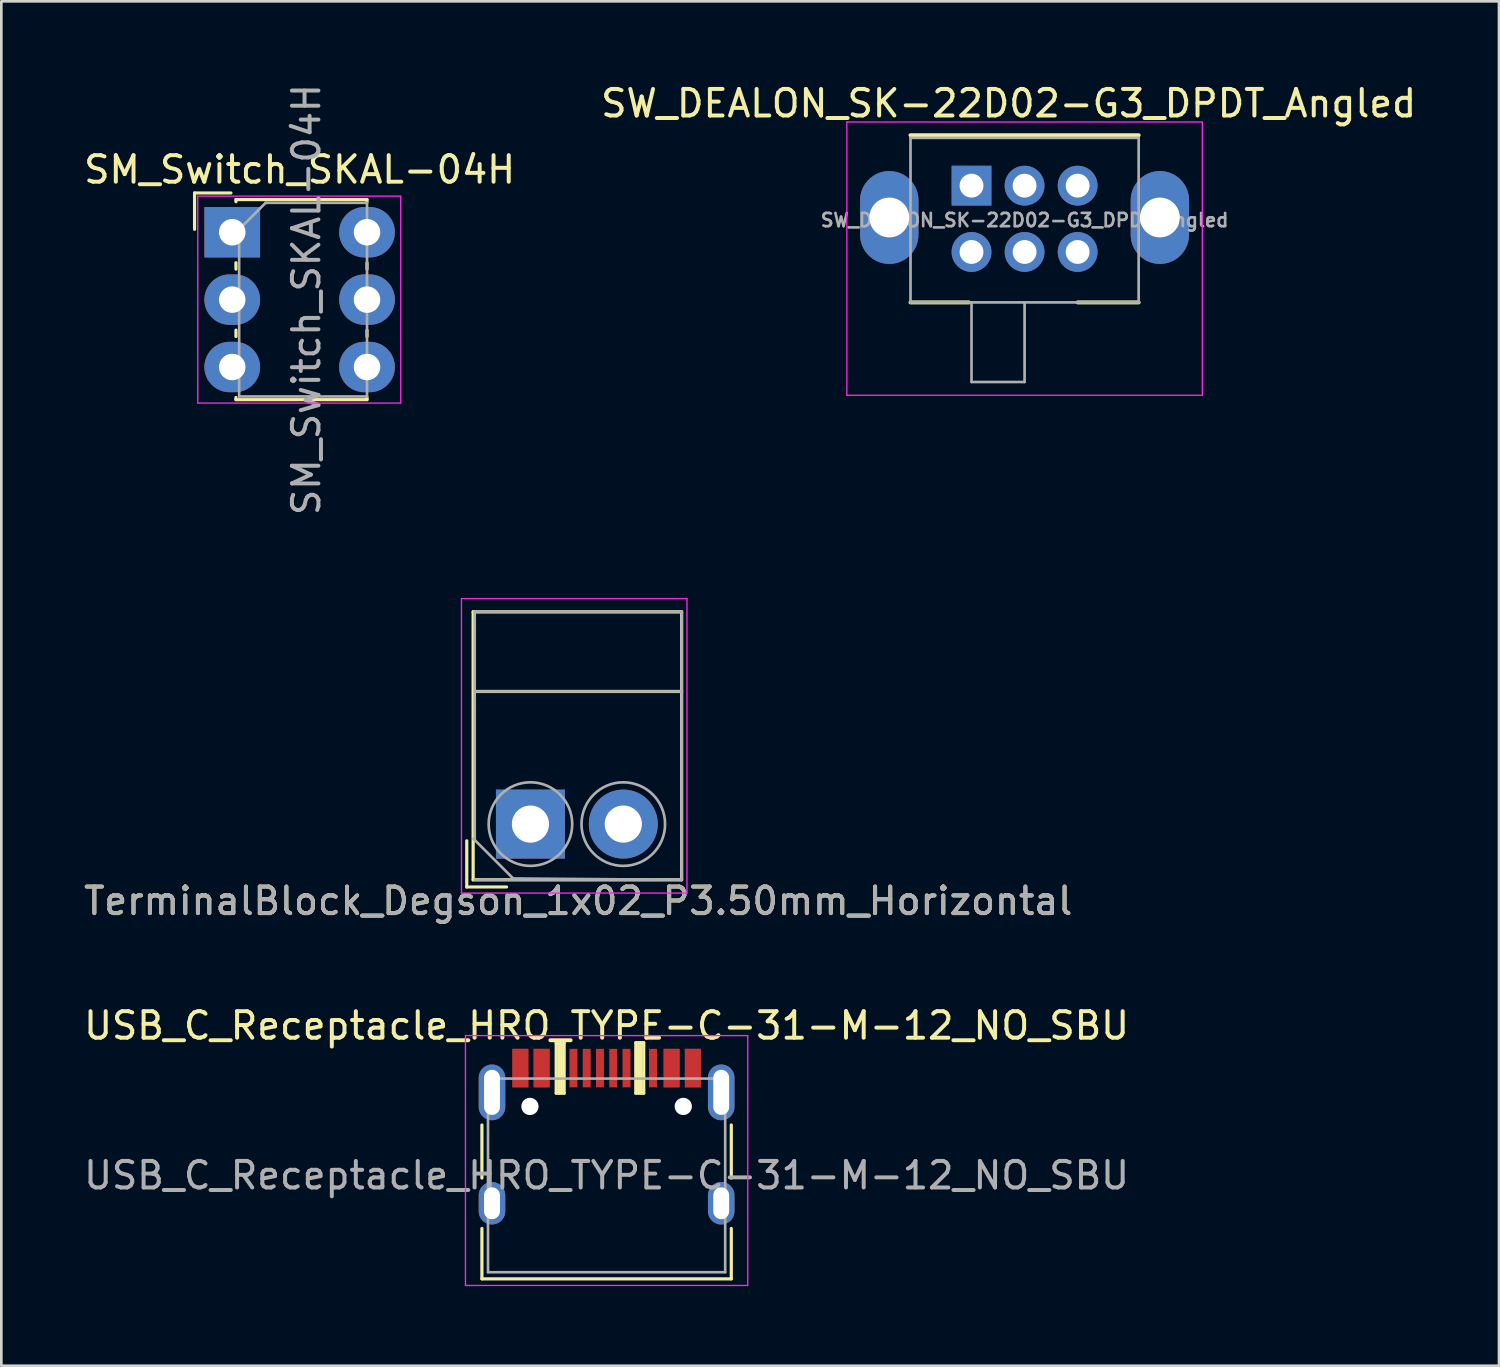
<source format=kicad_pcb>
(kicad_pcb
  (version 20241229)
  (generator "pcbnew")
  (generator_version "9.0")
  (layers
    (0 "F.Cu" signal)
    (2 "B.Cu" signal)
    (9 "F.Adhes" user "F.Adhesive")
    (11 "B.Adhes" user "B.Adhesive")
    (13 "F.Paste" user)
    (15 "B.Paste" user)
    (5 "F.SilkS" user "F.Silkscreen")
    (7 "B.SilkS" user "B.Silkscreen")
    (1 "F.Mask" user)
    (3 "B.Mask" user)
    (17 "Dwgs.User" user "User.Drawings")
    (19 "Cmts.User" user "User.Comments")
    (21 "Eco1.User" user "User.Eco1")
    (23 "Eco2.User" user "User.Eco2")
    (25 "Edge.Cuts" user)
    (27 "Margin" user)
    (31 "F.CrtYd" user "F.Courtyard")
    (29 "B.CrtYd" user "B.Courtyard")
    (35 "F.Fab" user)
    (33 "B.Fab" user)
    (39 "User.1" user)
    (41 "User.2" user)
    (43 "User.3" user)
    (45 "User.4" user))
  (footprint "SW_DEALON_SK-22D02-G3_DPDT_Angled"
    (layer "F.Cu")
    (at 33.57 3.948)
    (property "Reference" "SW_DEALON_SK-22D02-G3_DPDT_Angled" (at 1.4 -3.1 0) (layer "F.SilkS") (effects (font (size 1 1) (thickness 0.15))))
    (attr through_hole)
    (fp_line (start -2.3 -1.9) (end 6.3 -1.9) (stroke (width 0.15) (type solid)) (layer "F.SilkS"))
    (fp_line (start -2.3 4.4) (end -0.1 4.4) (stroke (width 0.15) (type solid)) (layer "F.SilkS"))
    (fp_line (start 4 4.4) (end 6.3 4.4) (stroke (width 0.15) (type solid)) (layer "F.SilkS"))
    (fp_line (start -4.7 -2.4) (end 8.7 -2.4) (stroke (width 0.05) (type solid)) (layer "F.CrtYd"))
    (fp_line (start -4.7 7.9) (end -4.7 -2.4) (stroke (width 0.05) (type solid)) (layer "F.CrtYd"))
    (fp_line (start 8.7 -2.4) (end 8.7 7.9) (stroke (width 0.05) (type solid)) (layer "F.CrtYd"))
    (fp_line (start 8.7 7.9) (end -4.7 7.9) (stroke (width 0.05) (type solid)) (layer "F.CrtYd"))
    (fp_line (start -2.3 -1.8) (end -2.3 4.4) (stroke (width 0.1) (type solid)) (layer "F.Fab"))
    (fp_line (start -2.3 -1.8) (end 6.3 -1.8) (stroke (width 0.1) (type solid)) (layer "F.Fab"))
    (fp_line (start -2.3 4.4) (end 6.3 4.4) (stroke (width 0.1) (type solid)) (layer "F.Fab"))
    (fp_line (start 0 7.4) (end 0 4.4) (stroke (width 0.1) (type solid)) (layer "F.Fab"))
    (fp_line (start 2 4.4) (end 2 7.4) (stroke (width 0.1) (type solid)) (layer "F.Fab"))
    (fp_line (start 2 7.4) (end 0 7.4) (stroke (width 0.1) (type solid)) (layer "F.Fab"))
    (fp_line (start 6.3 4.4) (end 6.3 -1.8) (stroke (width 0.1) (type solid)) (layer "F.Fab"))
    (fp_text user "${REFERENCE}" (at 2 1.3 0) (layer "F.Fab") (effects (font (size 0.5 0.5) (thickness 0.1))))
    (pad "" thru_hole oval (at -3.1 1.2) (size 2.2 3.5) (drill 1.5) (layers "*.Cu" "*.Mask"))
    (pad "" thru_hole oval (at 7.1 1.2) (size 2.2 3.5) (drill 1.5) (layers "*.Cu" "*.Mask"))
    (pad "1" thru_hole rect (at 0 0) (size 1.5 1.5) (drill 0.9) (layers "*.Cu" "*.Mask"))
    (pad "2" thru_hole circle (at 2 0) (size 1.5 1.5) (drill 0.9) (layers "*.Cu" "*.Mask"))
    (pad "3" thru_hole circle (at 4 0) (size 1.5 1.5) (drill 0.9) (layers "*.Cu" "*.Mask"))
    (pad "4" thru_hole circle (at 0 2.5) (size 1.5 1.5) (drill 0.9) (layers "*.Cu" "*.Mask"))
    (pad "5" thru_hole circle (at 2 2.5) (size 1.5 1.5) (drill 0.9) (layers "*.Cu" "*.Mask"))
    (pad "6" thru_hole circle (at 4 2.5) (size 1.5 1.5) (drill 0.9) (layers "*.Cu" "*.Mask")))
  (footprint "TerminalBlock_Degson_1x02_P3.50mm_Horizontal"
    (layer "F.Cu")
    (at 16.944 28.013)
    (property "Reference" "TerminalBlock_Degson_1x02_P3.50mm_Horizontal" (at 1.8 2.9 0) (layer "F.SilkS") (effects (font (size 1 1) (thickness 0.15))))
    (attr through_hole)
    (fp_line (start -2.4 0.63) (end -2.4 2.37) (stroke (width 0.12) (type solid)) (layer "F.SilkS"))
    (fp_line (start -2.4 2.37) (end -0.9 2.37) (stroke (width 0.12) (type solid)) (layer "F.SilkS"))
    (fp_line (start -2.16 -8) (end -2.16 2.1) (stroke (width 0.12) (type solid)) (layer "F.SilkS"))
    (fp_line (start -2.16 -8) (end 5.7 -8) (stroke (width 0.12) (type solid)) (layer "F.SilkS"))
    (fp_line (start -2.16 2.1) (end 5.7 2.1) (stroke (width 0.12) (type solid)) (layer "F.SilkS"))
    (fp_line (start -2.1 -5) (end 5.7 -5) (stroke (width 0.12) (type solid)) (layer "F.SilkS"))
    (fp_line (start 5.7 -8) (end 5.7 2.1) (stroke (width 0.12) (type solid)) (layer "F.SilkS"))
    (fp_line (start -2.6 -8.5) (end -2.6 2.6) (stroke (width 0.05) (type solid)) (layer "F.CrtYd"))
    (fp_line (start -2.6 2.6) (end 5.9 2.6) (stroke (width 0.05) (type solid)) (layer "F.CrtYd"))
    (fp_line (start 5.9 -8.5) (end -2.6 -8.5) (stroke (width 0.05) (type solid)) (layer "F.CrtYd"))
    (fp_line (start 5.9 2.6) (end 5.9 -8.5) (stroke (width 0.05) (type solid)) (layer "F.CrtYd"))
    (fp_line (start -2.1 -8) (end 5.7 -8) (stroke (width 0.1) (type solid)) (layer "F.Fab"))
    (fp_line (start -2.1 -5) (end 5.7 -5) (stroke (width 0.1) (type solid)) (layer "F.Fab"))
    (fp_line (start -2.1 0.6) (end -2.1 -8) (stroke (width 0.1) (type solid)) (layer "F.Fab"))
    (fp_line (start -2.1 2.1) (end 5.7 2.1) (stroke (width 0.1) (type solid)) (layer "F.Fab"))
    (fp_line (start -0.65 2.05) (end -2.15 0.55) (stroke (width 0.1) (type solid)) (layer "F.Fab"))
    (fp_line (start 5.7 -8) (end 5.7 2.1) (stroke (width 0.1) (type solid)) (layer "F.Fab"))
    (fp_line (start 5.7 2.1) (end -0.65 2.05) (stroke (width 0.1) (type solid)) (layer "F.Fab"))
    (fp_circle (center 0 0) (end 1.575 0) (stroke (width 0.1) (type solid)) (fill no) (layer "F.Fab"))
    (fp_circle (center 3.5 0) (end 5.075 0) (stroke (width 0.1) (type solid)) (fill no) (layer "F.Fab"))
    (fp_text user "${REFERENCE}" (at 1.8 2.9 0) (layer "F.Fab") (effects (font (size 1 1) (thickness 0.15))))
    (pad "1" thru_hole rect (at 0 0) (size 2.6 2.6) (drill 1.4) (layers "*.Cu" "*.Mask"))
    (pad "2" thru_hole circle (at 3.5 0) (size 2.6 2.6) (drill 1.4) (layers "*.Cu" "*.Mask")))
  (footprint "USB_C_Receptacle_HRO_TYPE-C-31-M-12_NO_SBU"
    (layer "F.Cu")
    (at 19.815 41.255)
    (property "Reference" "USB_C_Receptacle_HRO_TYPE-C-31-M-12_NO_SBU" (at 0 -5.645 0) (layer "F.SilkS") (effects (font (size 1 1) (thickness 0.15))))
    (attr smd)
    (fp_line (start -4.7 -1.9) (end -4.7 0.1) (stroke (width 0.12) (type solid)) (layer "F.SilkS"))
    (fp_line (start -4.7 2) (end -4.7 3.9) (stroke (width 0.12) (type solid)) (layer "F.SilkS"))
    (fp_line (start -4.7 3.9) (end 4.7 3.9) (stroke (width 0.12) (type solid)) (layer "F.SilkS"))
    (fp_line (start -1.9 -5) (end -1.9 -3.1) (stroke (width 0.12) (type solid)) (layer "F.SilkS"))
    (fp_line (start -1.9 -5) (end -1.6 -5) (stroke (width 0.12) (type solid)) (layer "F.SilkS"))
    (fp_line (start -1.9 -3.1) (end -1.6 -3.1) (stroke (width 0.12) (type solid)) (layer "F.SilkS"))
    (fp_line (start -1.8 -5) (end -1.8 -3.1) (stroke (width 0.12) (type solid)) (layer "F.SilkS"))
    (fp_line (start -1.7 -5) (end -1.7 -3.1) (stroke (width 0.12) (type solid)) (layer "F.SilkS"))
    (fp_line (start -1.6 -5) (end -1.6 -3.1) (stroke (width 0.12) (type solid)) (layer "F.SilkS"))
    (fp_line (start 1.1 -5) (end 1.1 -3.1) (stroke (width 0.12) (type solid)) (layer "F.SilkS"))
    (fp_line (start 1.1 -5) (end 1.4 -5) (stroke (width 0.12) (type solid)) (layer "F.SilkS"))
    (fp_line (start 1.1 -3.1) (end 1.4 -3.1) (stroke (width 0.12) (type solid)) (layer "F.SilkS"))
    (fp_line (start 1.2 -5) (end 1.2 -3.1) (stroke (width 0.12) (type solid)) (layer "F.SilkS"))
    (fp_line (start 1.3 -5) (end 1.3 -3.1) (stroke (width 0.12) (type solid)) (layer "F.SilkS"))
    (fp_line (start 1.4 -5) (end 1.4 -3.1) (stroke (width 0.12) (type solid)) (layer "F.SilkS"))
    (fp_line (start 4.7 -1.9) (end 4.7 0.1) (stroke (width 0.12) (type solid)) (layer "F.SilkS"))
    (fp_line (start 4.7 2) (end 4.7 3.9) (stroke (width 0.12) (type solid)) (layer "F.SilkS"))
    (fp_line (start -5.32 -5.27) (end -5.32 4.15) (stroke (width 0.05) (type solid)) (layer "F.CrtYd"))
    (fp_line (start -5.32 -5.27) (end 5.32 -5.27) (stroke (width 0.05) (type solid)) (layer "F.CrtYd"))
    (fp_line (start -5.32 4.15) (end 5.32 4.15) (stroke (width 0.05) (type solid)) (layer "F.CrtYd"))
    (fp_line (start 5.32 -5.27) (end 5.32 4.15) (stroke (width 0.05) (type solid)) (layer "F.CrtYd"))
    (fp_line (start -4.47 -3.65) (end -4.47 3.65) (stroke (width 0.1) (type solid)) (layer "F.Fab"))
    (fp_line (start -4.47 -3.65) (end 4.47 -3.65) (stroke (width 0.1) (type solid)) (layer "F.Fab"))
    (fp_line (start -4.47 3.65) (end 4.47 3.65) (stroke (width 0.1) (type solid)) (layer "F.Fab"))
    (fp_line (start 4.47 -3.65) (end 4.47 3.65) (stroke (width 0.1) (type solid)) (layer "F.Fab"))
    (fp_text user "${REFERENCE}" (at 0 0 0) (layer "F.Fab") (effects (font (size 1 1) (thickness 0.15))))
    (pad "" np_thru_hole circle (at -2.89 -2.6) (size 0.65 0.65) (drill 0.65) (layers "*.Cu" "*.Mask"))
    (pad "" np_thru_hole circle (at 2.89 -2.6) (size 0.65 0.65) (drill 0.65) (layers "*.Cu" "*.Mask"))
    (pad "A1" smd rect (at -3.25 -4.045) (size 0.6 1.45) (layers "F.Cu" "F.Mask" "F.Paste"))
    (pad "A4" smd rect (at -2.45 -4.045) (size 0.6 1.45) (layers "F.Cu" "F.Mask" "F.Paste"))
    (pad "A5" smd rect (at -1.25 -4.045) (size 0.3 1.45) (layers "F.Cu" "F.Mask" "F.Paste"))
    (pad "A6" smd rect (at -0.25 -4.045) (size 0.3 1.45) (layers "F.Cu" "F.Mask" "F.Paste"))
    (pad "A7" smd rect (at 0.25 -4.045) (size 0.3 1.45) (layers "F.Cu" "F.Mask" "F.Paste"))
    (pad "A9" smd rect (at 2.45 -4.045) (size 0.6 1.45) (layers "F.Cu" "F.Mask" "F.Paste"))
    (pad "A12" smd rect (at 3.25 -4.045) (size 0.6 1.45) (layers "F.Cu" "F.Mask" "F.Paste"))
    (pad "B1" smd rect (at 3.25 -4.045) (size 0.6 1.45) (layers "F.Cu" "F.Mask" "F.Paste"))
    (pad "B4" smd rect (at 2.45 -4.045) (size 0.6 1.45) (layers "F.Cu" "F.Mask" "F.Paste"))
    (pad "B5" smd rect (at 1.75 -4.045) (size 0.3 1.45) (layers "F.Cu" "F.Mask" "F.Paste"))
    (pad "B6" smd rect (at 0.75 -4.045) (size 0.3 1.45) (layers "F.Cu" "F.Mask" "F.Paste"))
    (pad "B7" smd rect (at -0.75 -4.045) (size 0.3 1.45) (layers "F.Cu" "F.Mask" "F.Paste"))
    (pad "B9" smd rect (at -2.45 -4.045) (size 0.6 1.45) (layers "F.Cu" "F.Mask" "F.Paste"))
    (pad "B12" smd rect (at -3.25 -4.045) (size 0.6 1.45) (layers "F.Cu" "F.Mask" "F.Paste"))
    (pad "S1" thru_hole oval (at -4.32 -3.13) (size 1 2.1) (drill oval 0.6 1.7) (layers "*.Cu" "*.Mask"))
    (pad "S1" thru_hole oval (at -4.32 1.05) (size 1 1.6) (drill oval 0.6 1.2) (layers "*.Cu" "*.Mask"))
    (pad "S1" thru_hole oval (at 4.32 -3.13) (size 1 2.1) (drill oval 0.6 1.7) (layers "*.Cu" "*.Mask"))
    (pad "S1" thru_hole oval (at 4.32 1.05) (size 1 1.6) (drill oval 0.6 1.2) (layers "*.Cu" "*.Mask")))
  (footprint "SM_Switch_SKAL-04H"
    (layer "F.Cu")
    (at 5.704 5.704)
    (property "Reference" "SM_Switch_SKAL-04H" (at 2.54 -2.36 0) (layer "F.SilkS") (effects (font (size 1 1) (thickness 0.15))))
    (attr through_hole)
    (fp_line (start -1.42 -1.48) (end -0.05 -1.48) (stroke (width 0.12) (type solid)) (layer "F.SilkS"))
    (fp_line (start -1.42 -0.11) (end -1.42 -1.48) (stroke (width 0.12) (type solid)) (layer "F.SilkS"))
    (fp_line (start 0.14 -1.23) (end 5.08 -1.23) (stroke (width 0.12) (type solid)) (layer "F.SilkS"))
    (fp_line (start 0.14 -1.15) (end 0.14 -1.23) (stroke (width 0.12) (type solid)) (layer "F.SilkS"))
    (fp_line (start 0.14 1.15) (end 0.14 1.39) (stroke (width 0.12) (type solid)) (layer "F.SilkS"))
    (fp_line (start 0.14 3.69) (end 0.14 3.93) (stroke (width 0.12) (type solid)) (layer "F.SilkS"))
    (fp_line (start 0.14 6.23) (end 0.14 6.31) (stroke (width 0.12) (type solid)) (layer "F.SilkS"))
    (fp_line (start 0.14 6.31) (end 5.08 6.31) (stroke (width 0.12) (type solid)) (layer "F.SilkS"))
    (fp_line (start 5.08 -1.23) (end 5.08 -1.15) (stroke (width 0.12) (type solid)) (layer "F.SilkS"))
    (fp_line (start 5.08 1.15) (end 5.08 1.39) (stroke (width 0.12) (type solid)) (layer "F.SilkS"))
    (fp_line (start 5.08 3.69) (end 5.08 3.93) (stroke (width 0.12) (type solid)) (layer "F.SilkS"))
    (fp_line (start 5.08 6.31) (end 5.08 6.23) (stroke (width 0.12) (type solid)) (layer "F.SilkS"))
    (fp_line (start -1.3 -1.36) (end -1.3 6.44) (stroke (width 0.05) (type solid)) (layer "F.CrtYd"))
    (fp_line (start -1.3 6.44) (end 6.35 6.44) (stroke (width 0.05) (type solid)) (layer "F.CrtYd"))
    (fp_line (start 6.35 -1.36) (end -1.3 -1.36) (stroke (width 0.05) (type solid)) (layer "F.CrtYd"))
    (fp_line (start 6.35 6.44) (end 6.35 -1.36) (stroke (width 0.05) (type solid)) (layer "F.CrtYd"))
    (fp_line (start 0.26 -0.11) (end 1.26 -1.11) (stroke (width 0.1) (type solid)) (layer "F.Fab"))
    (fp_line (start 0.26 6.19) (end 0.26 -0.11) (stroke (width 0.1) (type solid)) (layer "F.Fab"))
    (fp_line (start 1.26 -1.11) (end 5.08 -1.11) (stroke (width 0.1) (type solid)) (layer "F.Fab"))
    (fp_line (start 5.08 -1.11) (end 5.08 6.19) (stroke (width 0.1) (type solid)) (layer "F.Fab"))
    (fp_line (start 5.08 6.19) (end 0.26 6.19) (stroke (width 0.1) (type solid)) (layer "F.Fab"))
    (fp_text user "${REFERENCE}" (at 2.794 2.54 90) (layer "F.Fab") (effects (font (size 1 1) (thickness 0.15))))
    (pad "1" thru_hole oval (at 0 2.54) (size 2.1 1.9) (drill 1) (layers "*.Cu" "*.Mask"))
    (pad "1" thru_hole oval (at 5.08 2.54) (size 2.1 1.9) (drill 1) (layers "*.Cu" "*.Mask"))
    (pad "2" thru_hole oval (at 0 5.08) (size 2.1 1.9) (drill 1) (layers "*.Cu" "*.Mask"))
    (pad "3" thru_hole rect (at 0 0) (size 2.1 1.9) (drill 1) (layers "*.Cu" "*.Mask"))
    (pad "4" thru_hole oval (at 5.08 0) (size 2.1 1.9) (drill 1) (layers "*.Cu" "*.Mask"))
    (pad "5" thru_hole oval (at 5.08 5.08) (size 2.1 1.9) (drill 1) (layers "*.Cu" "*.Mask")))
  (gr_rect
    (start -3 -3)
    (end 53.452 48.43)
    (stroke (width 0.1) (type default))
    (fill no)
    (layer "Edge.Cuts")))
</source>
